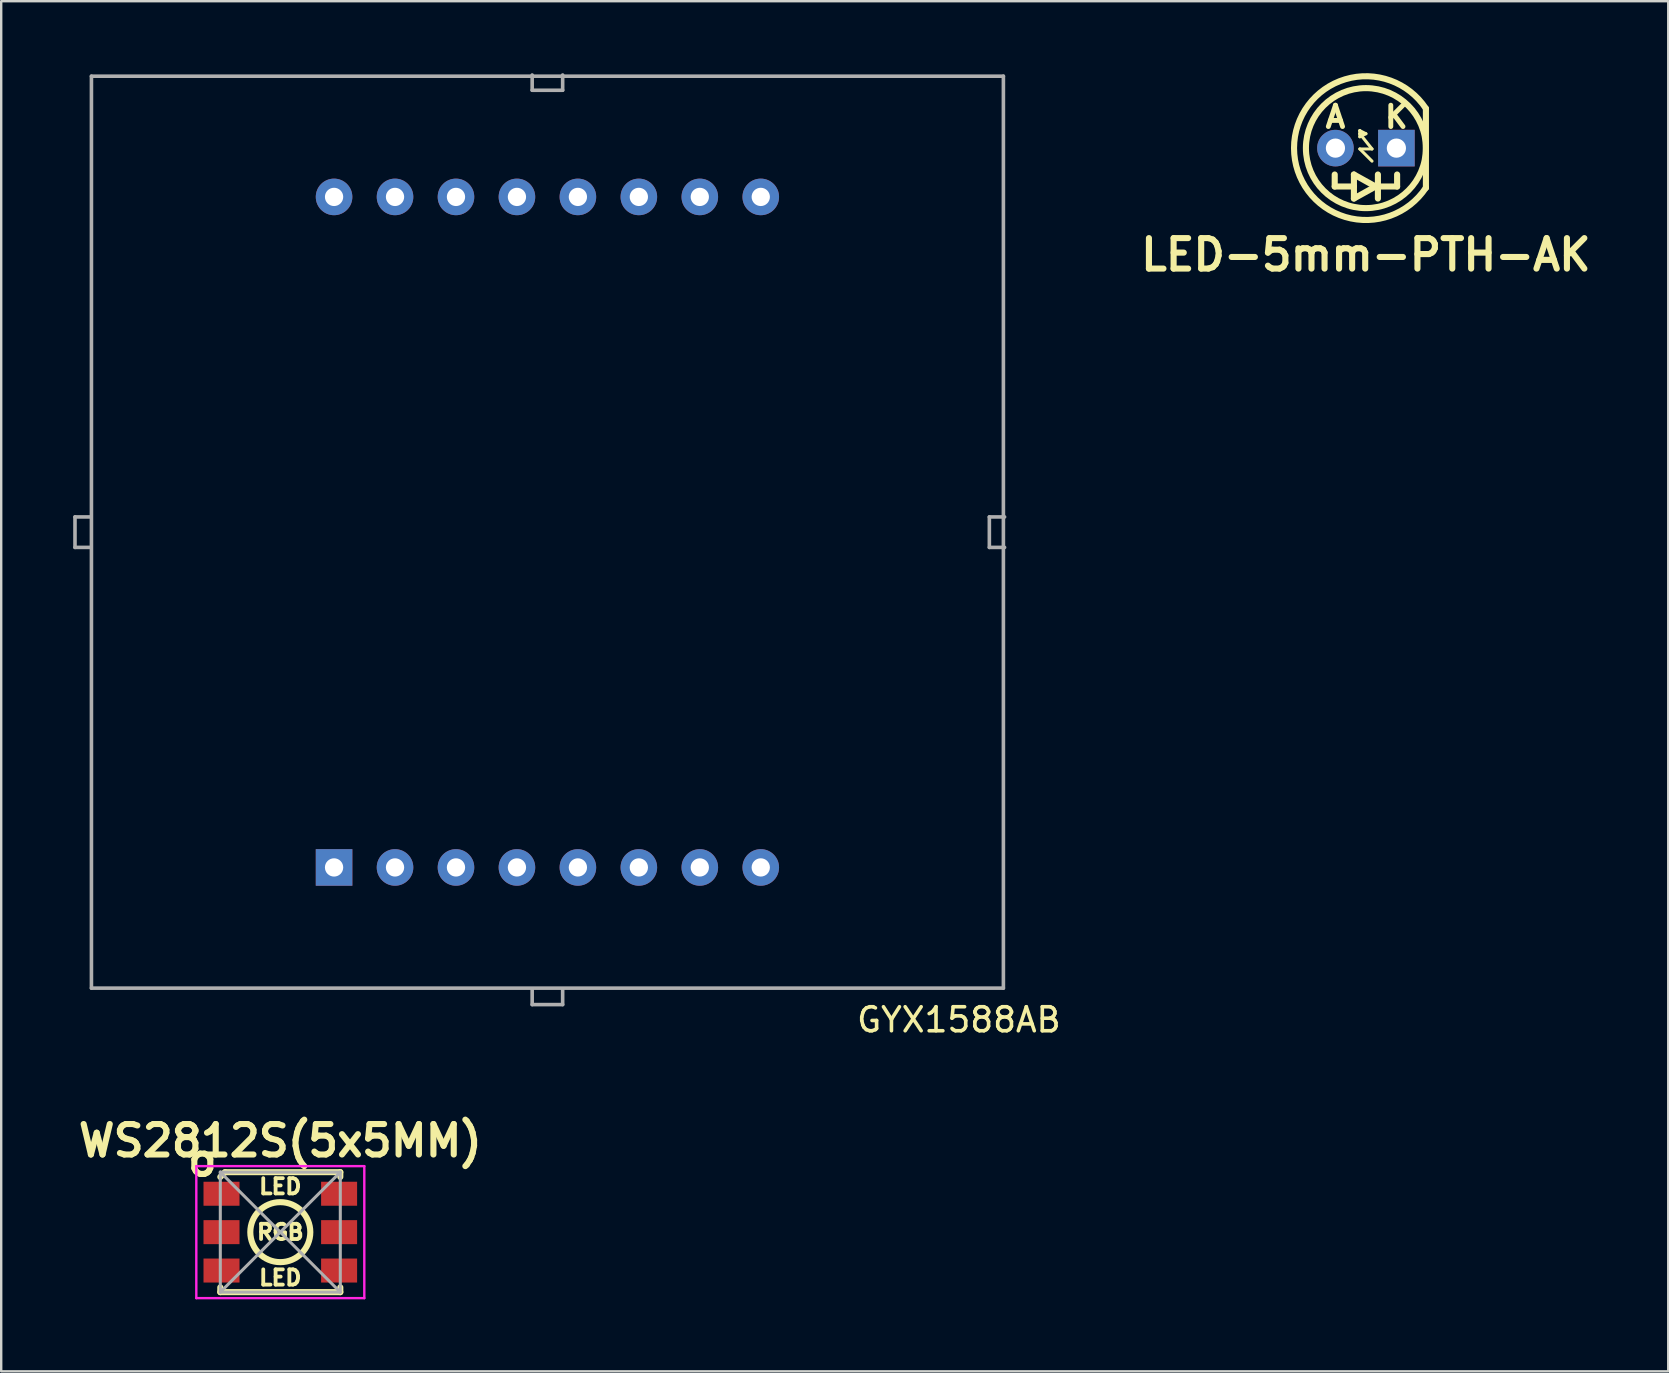
<source format=kicad_pcb>
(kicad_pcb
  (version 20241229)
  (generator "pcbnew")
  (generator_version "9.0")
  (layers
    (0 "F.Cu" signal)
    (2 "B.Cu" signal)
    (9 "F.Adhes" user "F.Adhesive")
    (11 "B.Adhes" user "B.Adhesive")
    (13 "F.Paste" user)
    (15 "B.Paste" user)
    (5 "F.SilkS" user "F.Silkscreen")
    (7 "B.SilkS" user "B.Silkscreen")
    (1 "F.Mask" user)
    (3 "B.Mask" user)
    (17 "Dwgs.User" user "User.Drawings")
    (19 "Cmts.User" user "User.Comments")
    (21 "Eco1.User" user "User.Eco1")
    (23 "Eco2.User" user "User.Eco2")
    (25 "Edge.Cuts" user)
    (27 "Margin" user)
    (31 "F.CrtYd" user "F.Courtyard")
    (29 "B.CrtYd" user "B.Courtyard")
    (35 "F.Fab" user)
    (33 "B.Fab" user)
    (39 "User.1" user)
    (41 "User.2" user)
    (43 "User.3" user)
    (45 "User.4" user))
  (footprint "LED-5mm-PTH-AK"
    (layer "F.Cu")
    (at 53.866 3.122)
    (property "Reference" "LED-5mm-PTH-AK" (at 0 4.445 0) (layer "F.SilkS") (effects (font (size 1.27 1.27) (thickness 0.254))))
    (attr through_hole)
    (fp_line (start -1.3 1.6) (end -1.3 1.1) (stroke (width 0.254) (type solid)) (layer "F.SilkS"))
    (fp_line (start -0.5 1.1) (end 0.4 1.6) (stroke (width 0.254) (type solid)) (layer "F.SilkS"))
    (fp_line (start -0.5 1.6) (end -1.3 1.6) (stroke (width 0.254) (type solid)) (layer "F.SilkS"))
    (fp_line (start -0.5 2.1) (end -0.5 1.1) (stroke (width 0.254) (type solid)) (layer "F.SilkS"))
    (fp_line (start -0.254 -0.727) (end -0.127 -0.6) (stroke (width 0.127) (type solid)) (layer "F.SilkS"))
    (fp_line (start -0.254 -0.6) (end -0.254 -0.727) (stroke (width 0.127) (type solid)) (layer "F.SilkS"))
    (fp_line (start -0.254 -0.6) (end -0.254 -0.473) (stroke (width 0.127) (type solid)) (layer "F.SilkS"))
    (fp_line (start -0.254 -0.473) (end 0 -0.6) (stroke (width 0.127) (type solid)) (layer "F.SilkS"))
    (fp_line (start -0.254 0.035) (end 0.254 0.035) (stroke (width 0.127) (type solid)) (layer "F.SilkS"))
    (fp_line (start 0 -0.6) (end -0.254 -0.727) (stroke (width 0.127) (type solid)) (layer "F.SilkS"))
    (fp_line (start 0.254 0.035) (end -0.254 -0.6) (stroke (width 0.127) (type solid)) (layer "F.SilkS"))
    (fp_line (start 0.254 0.543) (end -0.254 0.035) (stroke (width 0.127) (type solid)) (layer "F.SilkS"))
    (fp_line (start 0.4 1.6) (end -0.5 2.1) (stroke (width 0.254) (type solid)) (layer "F.SilkS"))
    (fp_line (start 0.5 1.1) (end 0.5 2.1) (stroke (width 0.254) (type solid)) (layer "F.SilkS"))
    (fp_line (start 1.3 1.6) (end 0.5 1.6) (stroke (width 0.254) (type solid)) (layer "F.SilkS"))
    (fp_line (start 1.3 1.6) (end 1.3 1.1) (stroke (width 0.254) (type solid)) (layer "F.SilkS"))
    (fp_line (start 2.5 -1.65) (end 2.5 1.65) (stroke (width 0.254) (type solid)) (layer "F.SilkS"))
    (fp_line (start 2.5 1.65) (end 2.5 1.65) (stroke (width 0.254) (type solid)) (layer "F.SilkS"))
    (fp_arc (start 2.501428 1.647834) (mid -2.995413 0.001297) (end 2.5 -1.65) (stroke (width 0.254) (type solid)) (layer "F.SilkS"))
    (fp_circle (center 0 0) (end -2.5 0) (stroke (width 0.254) (type solid)) (fill no) (layer "F.SilkS"))
    (fp_text user "A" (at -1.27 -1.3 0) (layer "F.SilkS") (effects (font (size 0.889 0.889) (thickness 0.203))))
    (fp_text user "K" (at 1.27 -1.3 0) (layer "F.SilkS") (effects (font (size 0.889 0.889) (thickness 0.203))))
    (pad "1" thru_hole circle (at -1.27 0 180) (size 1.524 1.524) (drill 0.8) (layers "*.Cu" "*.Mask"))
    (pad "2" thru_hole rect (at 1.27 0 180) (size 1.524 1.524) (drill 0.8) (layers "*.Cu" "*.Mask")))
  (footprint "GYX1588AB"
    (layer "F.Cu")
    (at 19.76 19.125)
    (property "Reference" "GYX1588AB" (at 17.145 20.32 0) (layer "F.SilkS") (effects (font (size 1 1) (thickness 0.15))))
    (attr through_hole)
    (fp_line (start -19.685 -0.635) (end -19.685 0.635) (stroke (width 0.15) (type solid)) (layer "F.Fab"))
    (fp_line (start -19.685 0.635) (end -19.05 0.635) (stroke (width 0.15) (type solid)) (layer "F.Fab"))
    (fp_line (start -19.05 -0.635) (end -19.685 -0.635) (stroke (width 0.15) (type solid)) (layer "F.Fab"))
    (fp_line (start -19 -19) (end 19 -19) (stroke (width 0.15) (type solid)) (layer "F.Fab"))
    (fp_line (start -19 19) (end -19 -19) (stroke (width 0.15) (type solid)) (layer "F.Fab"))
    (fp_line (start -0.635 -19.05) (end -0.635 -18.415) (stroke (width 0.15) (type solid)) (layer "F.Fab"))
    (fp_line (start -0.635 -18.415) (end 0.635 -18.415) (stroke (width 0.15) (type solid)) (layer "F.Fab"))
    (fp_line (start -0.635 19.05) (end -0.635 19.685) (stroke (width 0.15) (type solid)) (layer "F.Fab"))
    (fp_line (start -0.635 19.685) (end 0.635 19.685) (stroke (width 0.15) (type solid)) (layer "F.Fab"))
    (fp_line (start 0.635 -18.415) (end 0.635 -19.05) (stroke (width 0.15) (type solid)) (layer "F.Fab"))
    (fp_line (start 0.635 19.685) (end 0.635 19.05) (stroke (width 0.15) (type solid)) (layer "F.Fab"))
    (fp_line (start 18.415 -0.635) (end 18.415 0.635) (stroke (width 0.15) (type solid)) (layer "F.Fab"))
    (fp_line (start 18.415 0.635) (end 19.05 0.635) (stroke (width 0.15) (type solid)) (layer "F.Fab"))
    (fp_line (start 19 -19) (end 19 19) (stroke (width 0.15) (type solid)) (layer "F.Fab"))
    (fp_line (start 19 19) (end -19 19) (stroke (width 0.15) (type solid)) (layer "F.Fab"))
    (fp_line (start 19.05 -0.635) (end 18.415 -0.635) (stroke (width 0.15) (type solid)) (layer "F.Fab"))
    (pad "1" thru_hole rect (at -8.89 13.97) (size 1.524 1.524) (drill 0.762) (layers "*.Cu" "*.Mask"))
    (pad "2" thru_hole circle (at -6.35 13.97) (size 1.524 1.524) (drill 0.762) (layers "*.Cu" "*.Mask"))
    (pad "3" thru_hole circle (at -3.81 13.97) (size 1.524 1.524) (drill 0.762) (layers "*.Cu" "*.Mask"))
    (pad "4" thru_hole circle (at -1.27 13.97) (size 1.524 1.524) (drill 0.762) (layers "*.Cu" "*.Mask"))
    (pad "5" thru_hole circle (at 1.27 13.97) (size 1.524 1.524) (drill 0.762) (layers "*.Cu" "*.Mask"))
    (pad "6" thru_hole circle (at 3.81 13.97) (size 1.524 1.524) (drill 0.762) (layers "*.Cu" "*.Mask"))
    (pad "7" thru_hole circle (at 6.35 13.97) (size 1.524 1.524) (drill 0.762) (layers "*.Cu" "*.Mask"))
    (pad "8" thru_hole circle (at 8.89 13.97) (size 1.524 1.524) (drill 0.762) (layers "*.Cu" "*.Mask"))
    (pad "9" thru_hole circle (at 8.89 -13.97) (size 1.524 1.524) (drill 0.762) (layers "*.Cu" "*.Mask"))
    (pad "10" thru_hole circle (at 6.35 -13.97) (size 1.524 1.524) (drill 0.762) (layers "*.Cu" "*.Mask"))
    (pad "11" thru_hole circle (at 3.81 -13.97) (size 1.524 1.524) (drill 0.762) (layers "*.Cu" "*.Mask"))
    (pad "12" thru_hole circle (at 1.27 -13.97) (size 1.524 1.524) (drill 0.762) (layers "*.Cu" "*.Mask"))
    (pad "13" thru_hole circle (at -1.27 -13.97) (size 1.524 1.524) (drill 0.762) (layers "*.Cu" "*.Mask"))
    (pad "14" thru_hole circle (at -3.81 -13.97) (size 1.524 1.524) (drill 0.762) (layers "*.Cu" "*.Mask"))
    (pad "15" thru_hole circle (at -6.35 -13.97) (size 1.524 1.524) (drill 0.762) (layers "*.Cu" "*.Mask"))
    (pad "16" thru_hole circle (at -8.89 -13.97) (size 1.524 1.524) (drill 0.762) (layers "*.Cu" "*.Mask")))
  (footprint "WS2812S(5x5MM)"
    (layer "F.Cu")
    (at 8.63 48.292)
    (property "Reference" "WS2812S(5x5MM)" (at 0 -3.81 180) (layer "F.SilkS") (effects (font (size 1.27 1.27) (thickness 0.254))))
    (attr smd)
    (fp_line (start -2.5 2.5) (end -2.5 2.3) (stroke (width 0.254) (type solid)) (layer "F.SilkS"))
    (fp_line (start -2.3 -2.5) (end -2.5 -2.3) (stroke (width 0.254) (type solid)) (layer "F.SilkS"))
    (fp_line (start 2.5 -2.5) (end -2.3 -2.5) (stroke (width 0.254) (type solid)) (layer "F.SilkS"))
    (fp_line (start 2.5 -2.3) (end 2.5 -2.5) (stroke (width 0.254) (type solid)) (layer "F.SilkS"))
    (fp_line (start 2.5 2.5) (end -2.5 2.5) (stroke (width 0.254) (type solid)) (layer "F.SilkS"))
    (fp_line (start 2.5 2.5) (end 2.5 2.3) (stroke (width 0.254) (type solid)) (layer "F.SilkS"))
    (fp_circle (center 0 0) (end -1.25 0) (stroke (width 0.254) (type solid)) (fill no) (layer "F.SilkS"))
    (fp_line (start -3.5 -2.75) (end 3.5 -2.75) (stroke (width 0.1) (type solid)) (layer "F.CrtYd"))
    (fp_line (start -3.5 2.75) (end -3.5 -2.75) (stroke (width 0.1) (type solid)) (layer "F.CrtYd"))
    (fp_line (start 3.5 -2.75) (end 3.5 2.75) (stroke (width 0.1) (type solid)) (layer "F.CrtYd"))
    (fp_line (start 3.5 2.75) (end -3.5 2.75) (stroke (width 0.1) (type solid)) (layer "F.CrtYd"))
    (fp_line (start -2.5 -2.5) (end 2.5 -2.5) (stroke (width 0.127) (type solid)) (layer "F.Fab"))
    (fp_line (start -2.5 -2.5) (end 2.5 2.5) (stroke (width 0.127) (type solid)) (layer "F.Fab"))
    (fp_line (start -2.5 2.5) (end -2.5 -2.5) (stroke (width 0.127) (type solid)) (layer "F.Fab"))
    (fp_line (start 2.5 -2.5) (end -2.5 2.5) (stroke (width 0.127) (type solid)) (layer "F.Fab"))
    (fp_line (start 2.5 -2.5) (end 2.5 2.5) (stroke (width 0.127) (type solid)) (layer "F.Fab"))
    (fp_line (start 2.5 2.5) (end -2.5 2.5) (stroke (width 0.127) (type solid)) (layer "F.Fab"))
    (fp_text user "LED" (at 0 -1.9 0) (layer "F.SilkS") (effects (font (size 0.635 0.635) (thickness 0.159))))
    (fp_text user "o" (at -3.25 -3 180) (layer "F.SilkS") (effects (font (size 1.27 1.27) (thickness 0.254))))
    (fp_text user "LED" (at 0 1.9 0) (layer "F.SilkS") (effects (font (size 0.635 0.635) (thickness 0.159))))
    (fp_text user "RGB" (at 0 0 0) (layer "F.SilkS") (effects (font (size 0.635 0.635) (thickness 0.159))))
    (pad "1" smd rect (at -2.45 -1.6 90) (size 1 1.5) (layers "F.Cu" "F.Mask" "F.Paste"))
    (pad "2" smd rect (at -2.45 0 90) (size 1 1.5) (layers "F.Cu" "F.Mask" "F.Paste"))
    (pad "3" smd rect (at -2.45 1.6 90) (size 1 1.5) (layers "F.Cu" "F.Mask" "F.Paste"))
    (pad "4" smd rect (at 2.45 1.6 90) (size 1 1.5) (layers "F.Cu" "F.Mask" "F.Paste"))
    (pad "5" smd rect (at 2.45 0 90) (size 1 1.5) (layers "F.Cu" "F.Mask" "F.Paste"))
    (pad "6" smd rect (at 2.45 -1.6 90) (size 1 1.5) (layers "F.Cu" "F.Mask" "F.Paste")))
  (gr_rect
    (start -3 -3)
    (end 66.463 54.092)
    (stroke (width 0.1) (type default))
    (fill no)
    (layer "Edge.Cuts")))
</source>
